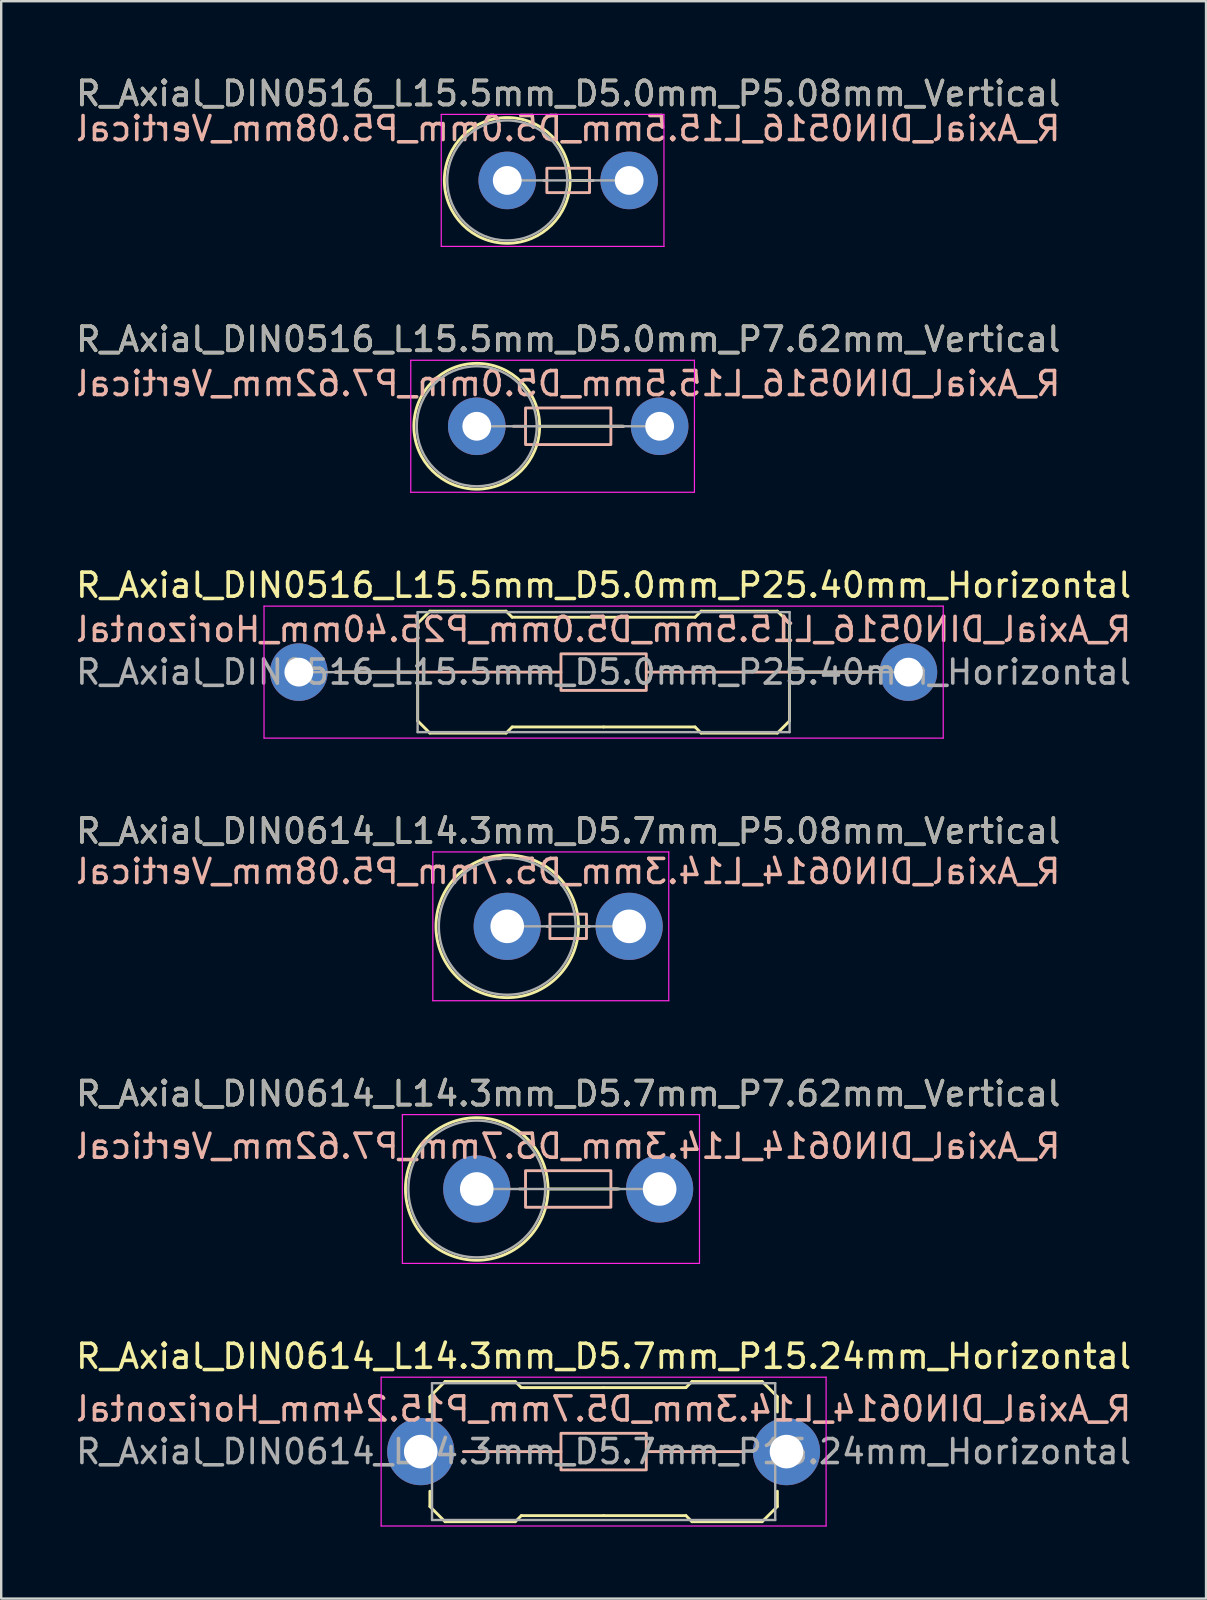
<source format=kicad_pcb>
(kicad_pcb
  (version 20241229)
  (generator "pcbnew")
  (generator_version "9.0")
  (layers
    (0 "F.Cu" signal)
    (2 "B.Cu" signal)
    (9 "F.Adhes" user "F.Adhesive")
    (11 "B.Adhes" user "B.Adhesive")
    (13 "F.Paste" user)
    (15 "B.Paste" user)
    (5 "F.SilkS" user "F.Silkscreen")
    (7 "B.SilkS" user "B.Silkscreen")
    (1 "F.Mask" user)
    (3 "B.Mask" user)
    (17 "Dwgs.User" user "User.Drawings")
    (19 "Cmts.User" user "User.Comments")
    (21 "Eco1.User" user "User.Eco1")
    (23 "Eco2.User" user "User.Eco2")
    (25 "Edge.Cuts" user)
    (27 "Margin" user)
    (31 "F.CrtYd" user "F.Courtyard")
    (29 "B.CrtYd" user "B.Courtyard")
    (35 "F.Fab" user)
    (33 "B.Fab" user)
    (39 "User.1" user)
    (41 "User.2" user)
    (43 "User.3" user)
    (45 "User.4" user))
  (footprint "R_Axial_DIN0614_L14.3mm_D5.7mm_P15.24mm_Horizontal"
    (layer "F.Cu")
    (at 14.481 57.434)
    (property "Reference" "R_Axial_DIN0614_L14.3mm_D5.7mm_P15.24mm_Horizontal" (at 7.62 -3.97 0) (layer "F.SilkS") (effects (font (size 1 1) (thickness 0.15))))
    (fp_line (start 0.381 -2.286) (end 0.381 -1.651) (stroke (width 0.12) (type solid)) (layer "F.SilkS"))
    (fp_line (start 0.381 -2.286) (end 1.016 -2.921) (stroke (width 0.12) (type solid)) (layer "F.SilkS"))
    (fp_line (start 0.381 2.286) (end 0.381 1.651) (stroke (width 0.12) (type solid)) (layer "F.SilkS"))
    (fp_line (start 0.381 2.286) (end 1.016 2.921) (stroke (width 0.12) (type solid)) (layer "F.SilkS"))
    (fp_line (start 1.016 -2.921) (end 3.937 -2.921) (stroke (width 0.12) (type solid)) (layer "F.SilkS"))
    (fp_line (start 1.016 2.921) (end 3.937 2.921) (stroke (width 0.12) (type solid)) (layer "F.SilkS"))
    (fp_line (start 3.937 -2.921) (end 4.191 -2.667) (stroke (width 0.12) (type solid)) (layer "F.SilkS"))
    (fp_line (start 3.937 2.921) (end 4.191 2.667) (stroke (width 0.12) (type solid)) (layer "F.SilkS"))
    (fp_line (start 4.191 -2.667) (end 7.62 -2.667) (stroke (width 0.12) (type solid)) (layer "F.SilkS"))
    (fp_line (start 4.191 2.667) (end 7.62 2.667) (stroke (width 0.12) (type solid)) (layer "F.SilkS"))
    (fp_line (start 11.049 -2.667) (end 7.62 -2.667) (stroke (width 0.12) (type solid)) (layer "F.SilkS"))
    (fp_line (start 11.049 2.667) (end 7.62 2.667) (stroke (width 0.12) (type solid)) (layer "F.SilkS"))
    (fp_line (start 11.303 -2.921) (end 11.049 -2.667) (stroke (width 0.12) (type solid)) (layer "F.SilkS"))
    (fp_line (start 11.303 2.921) (end 11.049 2.667) (stroke (width 0.12) (type solid)) (layer "F.SilkS"))
    (fp_line (start 14.224 -2.921) (end 11.303 -2.921) (stroke (width 0.12) (type solid)) (layer "F.SilkS"))
    (fp_line (start 14.224 2.921) (end 11.303 2.921) (stroke (width 0.12) (type solid)) (layer "F.SilkS"))
    (fp_line (start 14.859 -2.286) (end 14.224 -2.921) (stroke (width 0.12) (type solid)) (layer "F.SilkS"))
    (fp_line (start 14.859 -2.286) (end 14.859 -1.651) (stroke (width 0.12) (type solid)) (layer "F.SilkS"))
    (fp_line (start 14.859 2.286) (end 14.224 2.921) (stroke (width 0.12) (type solid)) (layer "F.SilkS"))
    (fp_line (start 14.859 2.286) (end 14.859 1.651) (stroke (width 0.12) (type solid)) (layer "F.SilkS"))
    (fp_line (start 5.842 0) (end 1.778 0) (stroke (width 0.12) (type solid)) (layer "B.SilkS"))
    (fp_line (start 9.398 0) (end 13.462 0) (stroke (width 0.12) (type solid)) (layer "B.SilkS"))
    (fp_rect (start 5.842 -0.762) (end 9.398 0.762) (stroke (width 0.12) (type solid)) (fill no) (layer "B.SilkS"))
    (fp_line (start -1.65 -3.1) (end -1.65 3.1) (stroke (width 0.05) (type solid)) (layer "F.CrtYd"))
    (fp_line (start -1.65 3.1) (end 16.89 3.1) (stroke (width 0.05) (type solid)) (layer "F.CrtYd"))
    (fp_line (start 16.89 -3.1) (end -1.65 -3.1) (stroke (width 0.05) (type solid)) (layer "F.CrtYd"))
    (fp_line (start 16.89 3.1) (end 16.89 -3.1) (stroke (width 0.05) (type solid)) (layer "F.CrtYd"))
    (fp_line (start 0 0) (end 0.47 0) (stroke (width 0.1) (type solid)) (layer "F.Fab"))
    (fp_line (start 0.47 -2.85) (end 0.47 2.85) (stroke (width 0.1) (type solid)) (layer "F.Fab"))
    (fp_line (start 0.47 2.85) (end 14.77 2.85) (stroke (width 0.1) (type solid)) (layer "F.Fab"))
    (fp_line (start 14.77 -2.85) (end 0.47 -2.85) (stroke (width 0.1) (type solid)) (layer "F.Fab"))
    (fp_line (start 14.77 2.85) (end 14.77 -2.85) (stroke (width 0.1) (type solid)) (layer "F.Fab"))
    (fp_line (start 15.24 0) (end 14.77 0) (stroke (width 0.1) (type solid)) (layer "F.Fab"))
    (fp_text user "${REFERENCE}" (at 7.62 -1.778 0) (layer "B.SilkS") (effects (font (size 1 1) (thickness 0.15)) (justify mirror)))
    (fp_text user "${REFERENCE}" (at 7.62 0 0) (layer "F.Fab") (effects (font (size 1 1) (thickness 0.15))))
    (pad "1" thru_hole circle (at 0 0) (size 2.8 2.8) (drill 1.4) (layers "*.Cu" "*.Mask"))
    (pad "2" thru_hole oval (at 15.24 0) (size 2.8 2.8) (drill 1.4) (layers "*.Cu" "*.Mask")))
  (footprint "R_Axial_DIN0516_L15.5mm_D5.0mm_P5.08mm_Vertical"
    (layer "F.Cu")
    (at 18.085 4.468)
    (property "Reference" "R_Axial_DIN0516_L15.5mm_D5.0mm_P5.08mm_Vertical" (at 2.54 -3.62 0) (layer "F.SilkS") (effects (font (size 1 1) (thickness 0.15))))
    (fp_line (start 2.62 0) (end 3.58 0) (stroke (width 0.12) (type solid)) (layer "F.SilkS"))
    (fp_circle (center 0 0) (end 2.62 0) (stroke (width 0.12) (type solid)) (fill no) (layer "F.SilkS"))
    (fp_line (start 1.524 0) (end 1.651 0) (stroke (width 0.12) (type solid)) (layer "B.SilkS"))
    (fp_line (start 3.556 0) (end 3.429 0) (stroke (width 0.12) (type solid)) (layer "B.SilkS"))
    (fp_rect (start 1.651 -0.508) (end 3.429 0.508) (stroke (width 0.12) (type solid)) (fill no) (layer "B.SilkS"))
    (fp_line (start -2.75 -2.75) (end -2.75 2.75) (stroke (width 0.05) (type solid)) (layer "F.CrtYd"))
    (fp_line (start -2.75 2.75) (end 6.53 2.75) (stroke (width 0.05) (type solid)) (layer "F.CrtYd"))
    (fp_line (start 6.53 -2.75) (end -2.75 -2.75) (stroke (width 0.05) (type solid)) (layer "F.CrtYd"))
    (fp_line (start 6.53 2.75) (end 6.53 -2.75) (stroke (width 0.05) (type solid)) (layer "F.CrtYd"))
    (fp_line (start 0 0) (end 5.08 0) (stroke (width 0.1) (type solid)) (layer "F.Fab"))
    (fp_circle (center 0 0) (end 2.5 0) (stroke (width 0.1) (type solid)) (fill no) (layer "F.Fab"))
    (fp_text user "${REFERENCE}" (at 2.54 -2.159 0) (layer "B.SilkS") (effects (font (size 1 1) (thickness 0.15)) (justify mirror)))
    (fp_text user "${REFERENCE}" (at 2.54 -3.62 0) (layer "F.Fab") (effects (font (size 1 1) (thickness 0.15))))
    (pad "1" thru_hole circle (at 0 0) (size 2.4 2.4) (drill 1.2) (layers "*.Cu" "*.Mask"))
    (pad "2" thru_hole oval (at 5.08 0) (size 2.4 2.4) (drill 1.2) (layers "*.Cu" "*.Mask")))
  (footprint "R_Axial_DIN0614_L14.3mm_D5.7mm_P7.62mm_Vertical"
    (layer "F.Cu")
    (at 16.815 46.491)
    (property "Reference" "R_Axial_DIN0614_L14.3mm_D5.7mm_P7.62mm_Vertical" (at 3.81 -3.97 0) (layer "F.SilkS") (effects (font (size 1 1) (thickness 0.15))))
    (fp_line (start 2.97 0) (end 5.92 0) (stroke (width 0.12) (type solid)) (layer "F.SilkS"))
    (fp_circle (center 0 0) (end 2.97 0) (stroke (width 0.12) (type solid)) (fill no) (layer "F.SilkS"))
    (fp_line (start 2.032 0) (end 1.778 0) (stroke (width 0.12) (type solid)) (layer "B.SilkS"))
    (fp_line (start 5.588 0) (end 5.842 0) (stroke (width 0.12) (type solid)) (layer "B.SilkS"))
    (fp_rect (start 2.032 -0.762) (end 5.588 0.762) (stroke (width 0.12) (type solid)) (fill no) (layer "B.SilkS"))
    (fp_line (start -3.1 -3.1) (end -3.1 3.1) (stroke (width 0.05) (type solid)) (layer "F.CrtYd"))
    (fp_line (start -3.1 3.1) (end 9.28 3.1) (stroke (width 0.05) (type solid)) (layer "F.CrtYd"))
    (fp_line (start 9.28 -3.1) (end -3.1 -3.1) (stroke (width 0.05) (type solid)) (layer "F.CrtYd"))
    (fp_line (start 9.28 3.1) (end 9.28 -3.1) (stroke (width 0.05) (type solid)) (layer "F.CrtYd"))
    (fp_line (start 0 0) (end 7.62 0) (stroke (width 0.1) (type solid)) (layer "F.Fab"))
    (fp_circle (center 0 0) (end 2.85 0) (stroke (width 0.1) (type solid)) (fill no) (layer "F.Fab"))
    (fp_text user "${REFERENCE}" (at 3.81 -1.778 0) (layer "B.SilkS") (effects (font (size 1 1) (thickness 0.15)) (justify mirror)))
    (fp_text user "${REFERENCE}" (at 3.81 -3.97 0) (layer "F.Fab") (effects (font (size 1 1) (thickness 0.15))))
    (pad "1" thru_hole circle (at 0 0) (size 2.8 2.8) (drill 1.4) (layers "*.Cu" "*.Mask"))
    (pad "2" thru_hole oval (at 7.62 0) (size 2.8 2.8) (drill 1.4) (layers "*.Cu" "*.Mask")))
  (footprint "R_Axial_DIN0516_L15.5mm_D5.0mm_P7.62mm_Vertical"
    (layer "F.Cu")
    (at 16.815 14.711)
    (property "Reference" "R_Axial_DIN0516_L15.5mm_D5.0mm_P7.62mm_Vertical" (at 3.81 -3.62 0) (layer "F.SilkS") (effects (font (size 1 1) (thickness 0.15))))
    (fp_line (start 2.62 0) (end 6.12 0) (stroke (width 0.12) (type solid)) (layer "F.SilkS"))
    (fp_circle (center 0 0) (end 2.62 0) (stroke (width 0.12) (type solid)) (fill no) (layer "F.SilkS"))
    (fp_line (start 2.032 0) (end 1.524 0) (stroke (width 0.12) (type solid)) (layer "B.SilkS"))
    (fp_line (start 5.588 0) (end 6.096 0) (stroke (width 0.12) (type solid)) (layer "B.SilkS"))
    (fp_rect (start 2.032 -0.762) (end 5.588 0.762) (stroke (width 0.12) (type solid)) (fill no) (layer "B.SilkS"))
    (fp_line (start -2.75 -2.75) (end -2.75 2.75) (stroke (width 0.05) (type solid)) (layer "F.CrtYd"))
    (fp_line (start -2.75 2.75) (end 9.07 2.75) (stroke (width 0.05) (type solid)) (layer "F.CrtYd"))
    (fp_line (start 9.07 -2.75) (end -2.75 -2.75) (stroke (width 0.05) (type solid)) (layer "F.CrtYd"))
    (fp_line (start 9.07 2.75) (end 9.07 -2.75) (stroke (width 0.05) (type solid)) (layer "F.CrtYd"))
    (fp_line (start 0 0) (end 7.62 0) (stroke (width 0.1) (type solid)) (layer "F.Fab"))
    (fp_circle (center 0 0) (end 2.5 0) (stroke (width 0.1) (type solid)) (fill no) (layer "F.Fab"))
    (fp_text user "${REFERENCE}" (at 3.81 -1.778 0) (layer "B.SilkS") (effects (font (size 1 1) (thickness 0.15)) (justify mirror)))
    (fp_text user "${REFERENCE}" (at 3.81 -3.62 0) (layer "F.Fab") (effects (font (size 1 1) (thickness 0.15))))
    (pad "1" thru_hole circle (at 0 0) (size 2.4 2.4) (drill 1.2) (layers "*.Cu" "*.Mask"))
    (pad "2" thru_hole oval (at 7.62 0) (size 2.4 2.4) (drill 1.2) (layers "*.Cu" "*.Mask")))
  (footprint "R_Axial_DIN0516_L15.5mm_D5.0mm_P25.40mm_Horizontal"
    (layer "F.Cu")
    (at 9.401 24.955)
    (property "Reference" "R_Axial_DIN0516_L15.5mm_D5.0mm_P25.40mm_Horizontal" (at 12.7 -3.62 0) (layer "F.SilkS") (effects (font (size 1 1) (thickness 0.15))))
    (fp_line (start 4.953 -2.032) (end 5.461 -2.54) (stroke (width 0.12) (type solid)) (layer "F.SilkS"))
    (fp_line (start 4.953 0) (end 1.524 0) (stroke (width 0.12) (type solid)) (layer "F.SilkS"))
    (fp_line (start 4.953 2.032) (end 4.953 -2.032) (stroke (width 0.12) (type solid)) (layer "F.SilkS"))
    (fp_line (start 4.953 2.032) (end 5.461 2.54) (stroke (width 0.12) (type solid)) (layer "F.SilkS"))
    (fp_line (start 5.461 -2.54) (end 8.636 -2.54) (stroke (width 0.12) (type solid)) (layer "F.SilkS"))
    (fp_line (start 5.461 2.54) (end 8.636 2.54) (stroke (width 0.12) (type solid)) (layer "F.SilkS"))
    (fp_line (start 8.636 -2.54) (end 8.89 -2.286) (stroke (width 0.12) (type solid)) (layer "F.SilkS"))
    (fp_line (start 8.636 2.54) (end 8.89 2.286) (stroke (width 0.12) (type solid)) (layer "F.SilkS"))
    (fp_line (start 8.89 -2.286) (end 12.7 -2.286) (stroke (width 0.12) (type solid)) (layer "F.SilkS"))
    (fp_line (start 8.89 2.286) (end 12.7 2.286) (stroke (width 0.12) (type solid)) (layer "F.SilkS"))
    (fp_line (start 16.51 -2.286) (end 12.7 -2.286) (stroke (width 0.12) (type solid)) (layer "F.SilkS"))
    (fp_line (start 16.51 2.286) (end 12.7 2.286) (stroke (width 0.12) (type solid)) (layer "F.SilkS"))
    (fp_line (start 16.764 -2.54) (end 16.51 -2.286) (stroke (width 0.12) (type solid)) (layer "F.SilkS"))
    (fp_line (start 16.764 2.54) (end 16.51 2.286) (stroke (width 0.12) (type solid)) (layer "F.SilkS"))
    (fp_line (start 19.939 -2.54) (end 16.764 -2.54) (stroke (width 0.12) (type solid)) (layer "F.SilkS"))
    (fp_line (start 19.939 2.54) (end 16.764 2.54) (stroke (width 0.12) (type solid)) (layer "F.SilkS"))
    (fp_line (start 20.447 -2.032) (end 19.939 -2.54) (stroke (width 0.12) (type solid)) (layer "F.SilkS"))
    (fp_line (start 20.447 2.032) (end 19.939 2.54) (stroke (width 0.12) (type solid)) (layer "F.SilkS"))
    (fp_line (start 20.447 2.032) (end 20.447 -2.032) (stroke (width 0.12) (type solid)) (layer "F.SilkS"))
    (fp_line (start 23.876 0) (end 20.447 0) (stroke (width 0.12) (type solid)) (layer "F.SilkS"))
    (fp_line (start 10.922 0) (end 1.524 0) (stroke (width 0.12) (type solid)) (layer "B.SilkS"))
    (fp_line (start 14.478 0) (end 23.876 0) (stroke (width 0.12) (type solid)) (layer "B.SilkS"))
    (fp_rect (start 10.922 -0.762) (end 14.478 0.762) (stroke (width 0.12) (type solid)) (fill no) (layer "B.SilkS"))
    (fp_line (start -1.45 -2.75) (end -1.45 2.75) (stroke (width 0.05) (type solid)) (layer "F.CrtYd"))
    (fp_line (start -1.45 2.75) (end 26.85 2.75) (stroke (width 0.05) (type solid)) (layer "F.CrtYd"))
    (fp_line (start 26.85 -2.75) (end -1.45 -2.75) (stroke (width 0.05) (type solid)) (layer "F.CrtYd"))
    (fp_line (start 26.85 2.75) (end 26.85 -2.75) (stroke (width 0.05) (type solid)) (layer "F.CrtYd"))
    (fp_line (start 0 0) (end 4.95 0) (stroke (width 0.1) (type solid)) (layer "F.Fab"))
    (fp_line (start 4.95 -2.5) (end 4.95 2.5) (stroke (width 0.1) (type solid)) (layer "F.Fab"))
    (fp_line (start 4.95 2.5) (end 20.45 2.5) (stroke (width 0.1) (type solid)) (layer "F.Fab"))
    (fp_line (start 20.45 -2.5) (end 4.95 -2.5) (stroke (width 0.1) (type solid)) (layer "F.Fab"))
    (fp_line (start 20.45 2.5) (end 20.45 -2.5) (stroke (width 0.1) (type solid)) (layer "F.Fab"))
    (fp_line (start 25.4 0) (end 20.45 0) (stroke (width 0.1) (type solid)) (layer "F.Fab"))
    (fp_text user "${REFERENCE}" (at 12.7 -1.778 0) (layer "B.SilkS") (effects (font (size 1 1) (thickness 0.15)) (justify mirror)))
    (fp_text user "${REFERENCE}" (at 12.7 0 0) (layer "F.Fab") (effects (font (size 1 1) (thickness 0.15))))
    (pad "1" thru_hole circle (at 0 0) (size 2.4 2.4) (drill 1.2) (layers "*.Cu" "*.Mask"))
    (pad "2" thru_hole oval (at 25.4 0) (size 2.4 2.4) (drill 1.2) (layers "*.Cu" "*.Mask")))
  (footprint "R_Axial_DIN0614_L14.3mm_D5.7mm_P5.08mm_Vertical"
    (layer "F.Cu")
    (at 18.085 35.548)
    (property "Reference" "R_Axial_DIN0614_L14.3mm_D5.7mm_P5.08mm_Vertical" (at 2.54 -3.97 0) (layer "F.SilkS") (effects (font (size 1 1) (thickness 0.15))))
    (fp_line (start 2.97 0) (end 3.38 0) (stroke (width 0.12) (type solid)) (layer "F.SilkS"))
    (fp_circle (center 0 0) (end 2.97 0) (stroke (width 0.12) (type solid)) (fill no) (layer "F.SilkS"))
    (fp_line (start 1.651 0) (end 1.778 0) (stroke (width 0.12) (type solid)) (layer "B.SilkS"))
    (fp_line (start 3.429 0) (end 3.302 0) (stroke (width 0.12) (type solid)) (layer "B.SilkS"))
    (fp_rect (start 1.778 -0.508) (end 3.302 0.508) (stroke (width 0.12) (type solid)) (fill no) (layer "B.SilkS"))
    (fp_line (start -3.1 -3.1) (end -3.1 3.1) (stroke (width 0.05) (type solid)) (layer "F.CrtYd"))
    (fp_line (start -3.1 3.1) (end 6.73 3.1) (stroke (width 0.05) (type solid)) (layer "F.CrtYd"))
    (fp_line (start 6.73 -3.1) (end -3.1 -3.1) (stroke (width 0.05) (type solid)) (layer "F.CrtYd"))
    (fp_line (start 6.73 3.1) (end 6.73 -3.1) (stroke (width 0.05) (type solid)) (layer "F.CrtYd"))
    (fp_line (start 0 0) (end 5.08 0) (stroke (width 0.1) (type solid)) (layer "F.Fab"))
    (fp_circle (center 0 0) (end 2.85 0) (stroke (width 0.1) (type solid)) (fill no) (layer "F.Fab"))
    (fp_text user "${REFERENCE}" (at 2.54 -2.286 0) (layer "B.SilkS") (effects (font (size 1 1) (thickness 0.15)) (justify mirror)))
    (fp_text user "${REFERENCE}" (at 2.54 -3.97 0) (layer "F.Fab") (effects (font (size 1 1) (thickness 0.15))))
    (pad "1" thru_hole circle (at 0 0) (size 2.8 2.8) (drill 1.4) (layers "*.Cu" "*.Mask"))
    (pad "2" thru_hole oval (at 5.08 0) (size 2.8 2.8) (drill 1.4) (layers "*.Cu" "*.Mask")))
  (gr_rect
    (start -3 -3)
    (end 47.202 63.559)
    (stroke (width 0.1) (type default))
    (fill no)
    (layer "Edge.Cuts")))
</source>
